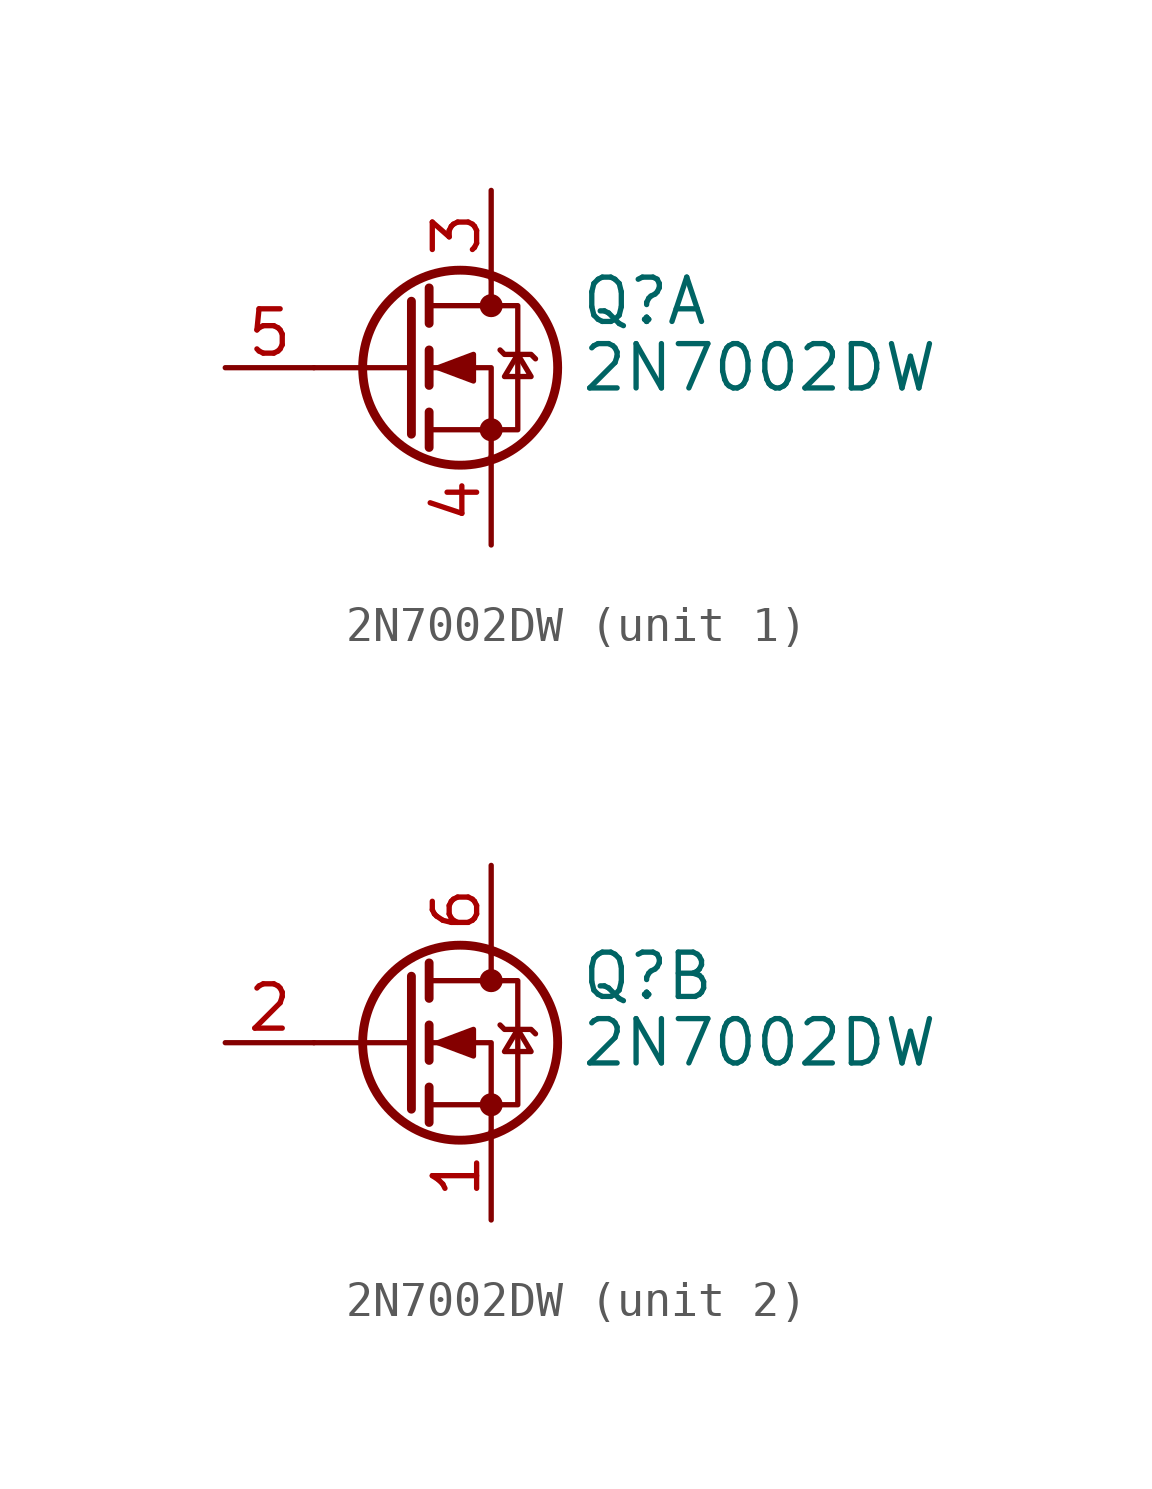
<source format=kicad_sym>
(kicad_symbol_lib
  (version 20211014)
  (generator kicad_symbol_editor)
  (symbol "2N7002DW"
    (pin_names hide)
    (property "Reference" "Q"
      (at 5.08 1.905 0)
      (effects (font (size 1.27 1.27)) (justify left)))
    (property "Value" "2N7002DW"
      (at 5.08 0 0)
      (effects (font (size 1.27 1.27)) (justify left)))
    (symbol "2N7002DW_0_1"
      (polyline (pts (xy 0.254 0) (xy -2.54 0)) (stroke (width 0) (type default) (color 0 0 0 0)) (fill (type none)))
      (polyline (pts (xy 0.254 1.905) (xy 0.254 -1.905)) (stroke (width 0.254) (type default) (color 0 0 0 0)) (fill (type none)))
      (polyline (pts (xy 0.762 -1.27) (xy 0.762 -2.286)) (stroke (width 0.254) (type default) (color 0 0 0 0)) (fill (type none)))
      (polyline (pts (xy 0.762 0.508) (xy 0.762 -0.508)) (stroke (width 0.254) (type default) (color 0 0 0 0)) (fill (type none)))
      (polyline (pts (xy 0.762 2.286) (xy 0.762 1.27)) (stroke (width 0.254) (type default) (color 0 0 0 0)) (fill (type none)))
      (polyline (pts (xy 2.54 2.54) (xy 2.54 1.778)) (stroke (width 0) (type default) (color 0 0 0 0)) (fill (type none)))
      (polyline (pts (xy 2.54 -2.54) (xy 2.54 0) (xy 0.762 0)) (stroke (width 0) (type default) (color 0 0 0 0)) (fill (type none)))
      (polyline (pts (xy 0.762 -1.778) (xy 3.302 -1.778) (xy 3.302 1.778) (xy 0.762 1.778)) (stroke (width 0) (type default) (color 0 0 0 0)) (fill (type none)))
      (polyline (pts (xy 1.016 0) (xy 2.032 0.381) (xy 2.032 -0.381) (xy 1.016 0)) (stroke (width 0) (type default) (color 0 0 0 0)) (fill (type outline)))
      (polyline (pts (xy 2.794 0.508) (xy 2.921 0.381) (xy 3.683 0.381) (xy 3.81 0.254)) (stroke (width 0) (type default) (color 0 0 0 0)) (fill (type none)))
      (polyline (pts (xy 3.302 0.381) (xy 2.921 -0.254) (xy 3.683 -0.254) (xy 3.302 0.381)) (stroke (width 0) (type default) (color 0 0 0 0)) (fill (type none)))
      (circle (center 1.651 0) (radius 2.794) (stroke (width 0.254) (type default) (color 0 0 0 0)) (fill (type none)))
      (circle (center 2.54 -1.778) (radius 0.254) (stroke (width 0) (type default) (color 0 0 0 0)) (fill (type outline)))
      (circle (center 2.54 1.778) (radius 0.254) (stroke (width 0) (type default) (color 0 0 0 0)) (fill (type outline))))
    (symbol "2N7002DW_1_1"
      (pin passive line (at 2.54 5.08 270) (length 2.54) (name "D" (effects (font (size 1.27 1.27)))) (number "3" (effects (font (size 1.27 1.27)))))
      (pin passive line (at 2.54 -5.08 90) (length 2.54) (name "S" (effects (font (size 1.27 1.27)))) (number "4" (effects (font (size 1.27 1.27)))))
      (pin input line (at -5.08 0 0) (length 2.54) (name "G" (effects (font (size 1.27 1.27)))) (number "5" (effects (font (size 1.27 1.27))))))
    (symbol "2N7002DW_2_1"
      (pin passive line (at 2.54 -5.08 90) (length 2.54) (name "S" (effects (font (size 1.27 1.27)))) (number "1" (effects (font (size 1.27 1.27)))))
      (pin input line (at -5.08 0 0) (length 2.54) (name "G" (effects (font (size 1.27 1.27)))) (number "2" (effects (font (size 1.27 1.27)))))
      (pin passive line (at 2.54 5.08 270) (length 2.54) (name "D" (effects (font (size 1.27 1.27)))) (number "6" (effects (font (size 1.27 1.27))))))))
</source>
